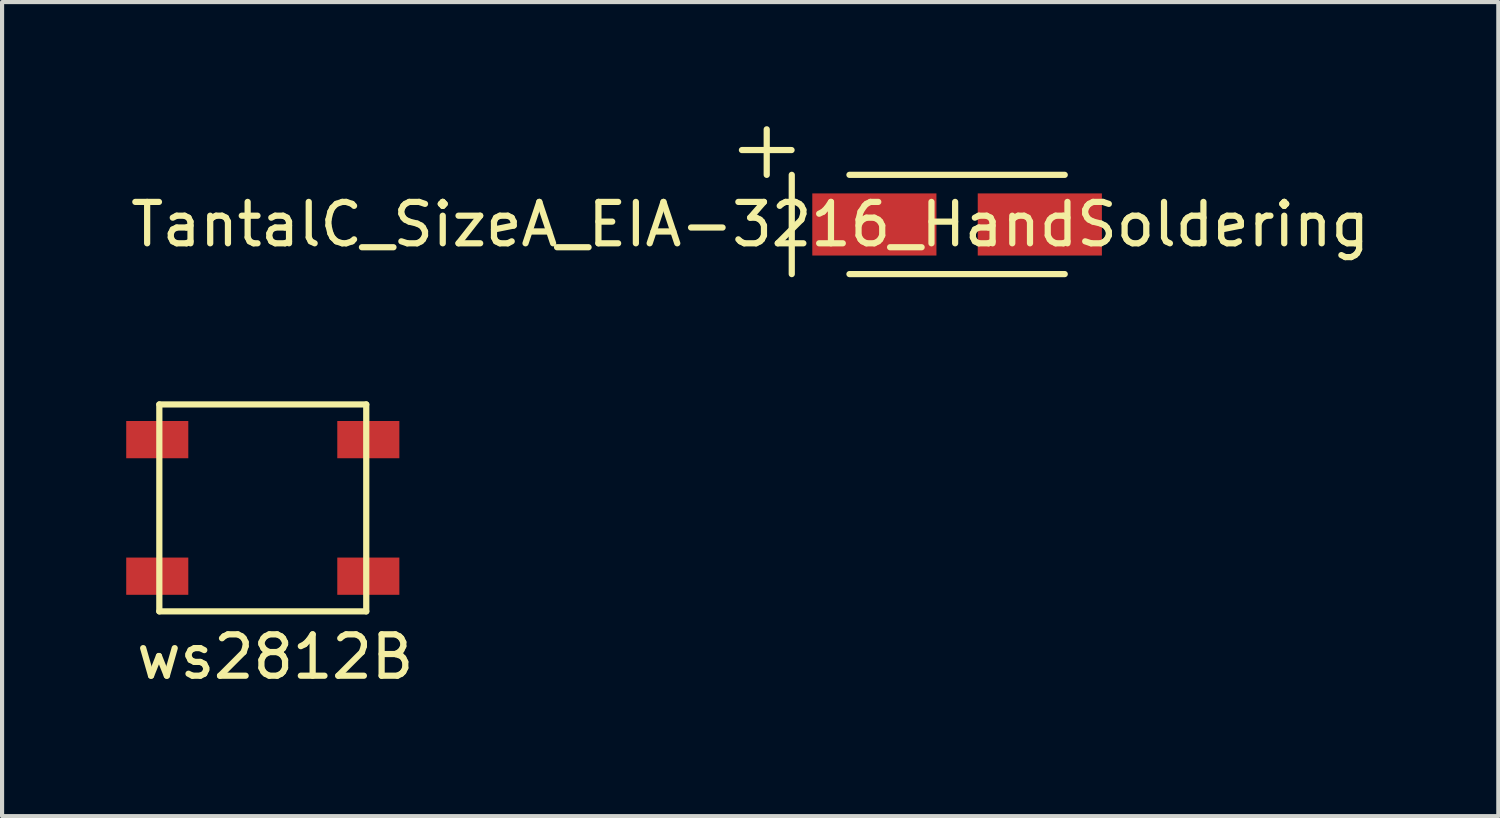
<source format=kicad_pcb>
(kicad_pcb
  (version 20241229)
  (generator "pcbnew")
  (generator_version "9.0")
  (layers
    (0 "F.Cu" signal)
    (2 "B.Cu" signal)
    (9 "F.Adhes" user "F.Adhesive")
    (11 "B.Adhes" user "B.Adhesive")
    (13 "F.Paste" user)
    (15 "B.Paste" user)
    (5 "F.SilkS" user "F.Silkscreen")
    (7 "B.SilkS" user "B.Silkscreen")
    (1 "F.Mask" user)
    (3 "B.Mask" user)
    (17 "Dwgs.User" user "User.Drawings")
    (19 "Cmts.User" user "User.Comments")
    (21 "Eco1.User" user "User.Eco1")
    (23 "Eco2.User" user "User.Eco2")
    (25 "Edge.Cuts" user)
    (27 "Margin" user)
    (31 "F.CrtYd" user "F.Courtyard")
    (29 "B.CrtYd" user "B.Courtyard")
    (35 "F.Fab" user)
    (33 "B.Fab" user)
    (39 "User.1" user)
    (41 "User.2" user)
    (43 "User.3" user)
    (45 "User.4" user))
  (footprint "TantalC_SizeA_EIA-3216_HandSoldering"
    (placed yes)
    (layer "F.Cu")
    (at 20.077 2.374)
    (property "Reference" "TantalC_SizeA_EIA-3216_HandSoldering" (at -5 0 0) (layer "F.SilkS") (effects (font (size 1 1) (thickness 0.15))))
    (attr smd)
    (fp_line (start -5.199 -1.798) (end -4 -1.798) (stroke (width 0.15) (type solid)) (layer "F.SilkS"))
    (fp_line (start -4.6 -2.299) (end -4.6 -1.199) (stroke (width 0.15) (type solid)) (layer "F.SilkS"))
    (fp_line (start -3.995 -1.199) (end -3.995 1.199) (stroke (width 0.15) (type solid)) (layer "F.SilkS"))
    (fp_line (start -2.601 1.199) (end 2.601 1.199) (stroke (width 0.15) (type solid)) (layer "F.SilkS"))
    (fp_line (start 2.601 -1.199) (end -2.601 -1.199) (stroke (width 0.15) (type solid)) (layer "F.SilkS"))
    (pad "1" smd rect (at -1.999 0) (size 3 1.501) (layers "F.Cu" "F.Mask" "F.Paste"))
    (pad "2" smd rect (at 1.999 0) (size 3 1.501) (layers "F.Cu" "F.Mask" "F.Paste")))
  (footprint "ws2812B"
    (layer "F.Cu")
    (at 3.3 9.223)
    (property "Reference" "ws2812B" (at 0.3 3.6 0) (layer "F.SilkS") (effects (font (size 1 1) (thickness 0.15))))
    (attr through_hole)
    (fp_line (start -2.5 -2.5) (end 2.5 -2.5) (stroke (width 0.15) (type solid)) (layer "F.SilkS"))
    (fp_line (start -2.5 2.5) (end -2.5 -2.5) (stroke (width 0.15) (type solid)) (layer "F.SilkS"))
    (fp_line (start 2.5 -2.5) (end 2.5 2.5) (stroke (width 0.15) (type solid)) (layer "F.SilkS"))
    (fp_line (start 2.5 2.5) (end -2.5 2.5) (stroke (width 0.15) (type solid)) (layer "F.SilkS"))
    (pad "1" smd rect (at -2.55 -1.65) (size 1.5 0.9) (layers "F.Cu" "F.Mask" "F.Paste"))
    (pad "2" smd rect (at -2.55 1.65) (size 1.5 0.9) (layers "F.Cu" "F.Mask" "F.Paste"))
    (pad "3" smd rect (at 2.55 1.65) (size 1.5 0.9) (layers "F.Cu" "F.Mask" "F.Paste"))
    (pad "4" smd rect (at 2.55 -1.65) (size 1.5 0.9) (layers "F.Cu" "F.Mask" "F.Paste")))
  (gr_rect
    (start -3 -3)
    (end 33.155 16.671)
    (stroke (width 0.1) (type default))
    (fill no)
    (layer "Edge.Cuts")))
</source>
